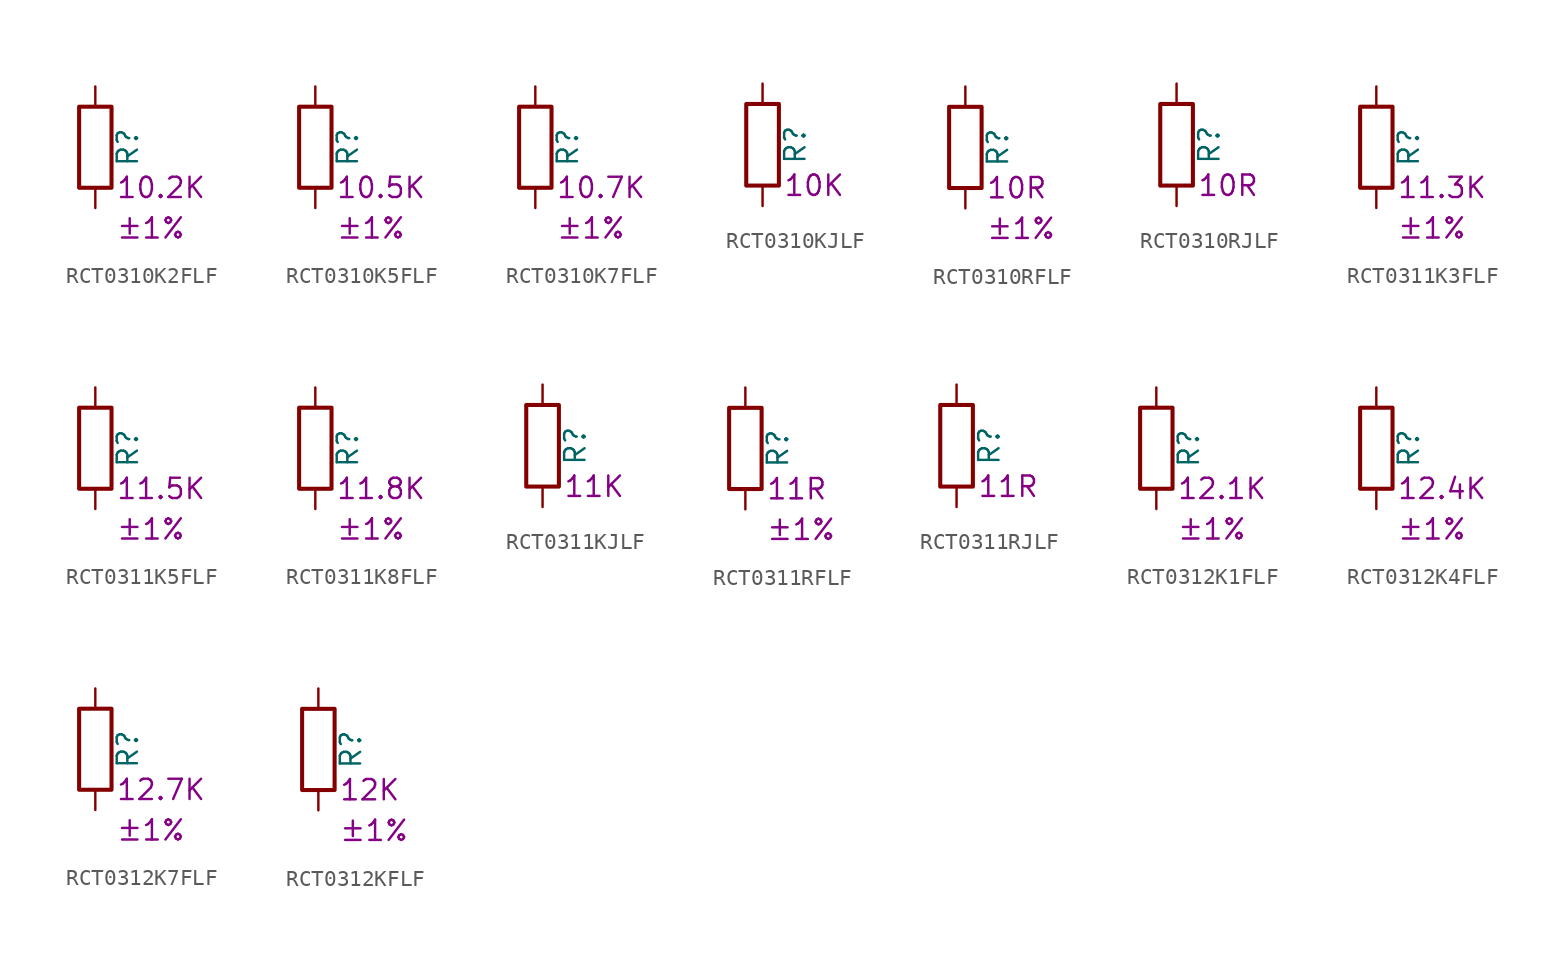
<source format=kicad_sym>
(kicad_symbol_lib
  (version 20220914)
  (generator kicad_symbol_editor)
  (symbol "RCT0310K2FLF"
    (pin_numbers hide)
    (pin_names
      (offset 0))
    (property "Reference" "R"
      (at 2.032 0 90)
      (effects (font (size 1.27 1.27))))
    (property "Resistance" "10.2K"
      (at 1.27 -2.54 0)
      (effects (font (size 1.27 1.27)) (justify left)))
    (property "Tolerance" "±1%"
      (at 1.27 -5.08 0)
      (effects (font (size 1.27 1.27)) (justify left)))
    (symbol "RCT0310K2FLF_0_1"
      (rectangle (start -1.016 -2.54) (end 1.016 2.54) (stroke (width 0.254) (type default)) (fill (type none))))
    (symbol "RCT0310K2FLF_1_1"
      (pin passive line (at 0 3.81 270) (length 1.27) (name "~" (effects (font (size 1.27 1.27)))) (number "1" (effects (font (size 1.27 1.27)))))
      (pin passive line (at 0 -3.81 90) (length 1.27) (name "~" (effects (font (size 1.27 1.27)))) (number "2" (effects (font (size 1.27 1.27)))))))
  (symbol "RCT0310K5FLF"
    (pin_numbers hide)
    (pin_names
      (offset 0))
    (property "Reference" "R"
      (at 2.032 0 90)
      (effects (font (size 1.27 1.27))))
    (property "Resistance" "10.5K"
      (at 1.27 -2.54 0)
      (effects (font (size 1.27 1.27)) (justify left)))
    (property "Tolerance" "±1%"
      (at 1.27 -5.08 0)
      (effects (font (size 1.27 1.27)) (justify left)))
    (symbol "RCT0310K5FLF_0_1"
      (rectangle (start -1.016 -2.54) (end 1.016 2.54) (stroke (width 0.254) (type default)) (fill (type none))))
    (symbol "RCT0310K5FLF_1_1"
      (pin passive line (at 0 3.81 270) (length 1.27) (name "~" (effects (font (size 1.27 1.27)))) (number "1" (effects (font (size 1.27 1.27)))))
      (pin passive line (at 0 -3.81 90) (length 1.27) (name "~" (effects (font (size 1.27 1.27)))) (number "2" (effects (font (size 1.27 1.27)))))))
  (symbol "RCT0310K7FLF"
    (pin_numbers hide)
    (pin_names
      (offset 0))
    (property "Reference" "R"
      (at 2.032 0 90)
      (effects (font (size 1.27 1.27))))
    (property "Resistance" "10.7K"
      (at 1.27 -2.54 0)
      (effects (font (size 1.27 1.27)) (justify left)))
    (property "Tolerance" "±1%"
      (at 1.27 -5.08 0)
      (effects (font (size 1.27 1.27)) (justify left)))
    (symbol "RCT0310K7FLF_0_1"
      (rectangle (start -1.016 -2.54) (end 1.016 2.54) (stroke (width 0.254) (type default)) (fill (type none))))
    (symbol "RCT0310K7FLF_1_1"
      (pin passive line (at 0 3.81 270) (length 1.27) (name "~" (effects (font (size 1.27 1.27)))) (number "1" (effects (font (size 1.27 1.27)))))
      (pin passive line (at 0 -3.81 90) (length 1.27) (name "~" (effects (font (size 1.27 1.27)))) (number "2" (effects (font (size 1.27 1.27)))))))
  (symbol "RCT0310KJLF"
    (pin_numbers hide)
    (pin_names
      (offset 0))
    (property "Reference" "R"
      (at 2.032 0 90)
      (effects (font (size 1.27 1.27))))
    (property "Resistance" "10K"
      (at 1.27 -2.54 0)
      (effects (font (size 1.27 1.27)) (justify left)))
    (symbol "RCT0310KJLF_0_1"
      (rectangle (start -1.016 -2.54) (end 1.016 2.54) (stroke (width 0.254) (type default)) (fill (type none))))
    (symbol "RCT0310KJLF_1_1"
      (pin passive line (at 0 3.81 270) (length 1.27) (name "~" (effects (font (size 1.27 1.27)))) (number "1" (effects (font (size 1.27 1.27)))))
      (pin passive line (at 0 -3.81 90) (length 1.27) (name "~" (effects (font (size 1.27 1.27)))) (number "2" (effects (font (size 1.27 1.27)))))))
  (symbol "RCT0310RFLF"
    (pin_numbers hide)
    (pin_names
      (offset 0))
    (property "Reference" "R"
      (at 2.032 0 90)
      (effects (font (size 1.27 1.27))))
    (property "Resistance" "10R"
      (at 1.27 -2.54 0)
      (effects (font (size 1.27 1.27)) (justify left)))
    (property "Tolerance" "±1%"
      (at 1.27 -5.08 0)
      (effects (font (size 1.27 1.27)) (justify left)))
    (symbol "RCT0310RFLF_0_1"
      (rectangle (start -1.016 -2.54) (end 1.016 2.54) (stroke (width 0.254) (type default)) (fill (type none))))
    (symbol "RCT0310RFLF_1_1"
      (pin passive line (at 0 3.81 270) (length 1.27) (name "~" (effects (font (size 1.27 1.27)))) (number "1" (effects (font (size 1.27 1.27)))))
      (pin passive line (at 0 -3.81 90) (length 1.27) (name "~" (effects (font (size 1.27 1.27)))) (number "2" (effects (font (size 1.27 1.27)))))))
  (symbol "RCT0310RJLF"
    (pin_numbers hide)
    (pin_names
      (offset 0))
    (property "Reference" "R"
      (at 2.032 0 90)
      (effects (font (size 1.27 1.27))))
    (property "Resistance" "10R"
      (at 1.27 -2.54 0)
      (effects (font (size 1.27 1.27)) (justify left)))
    (symbol "RCT0310RJLF_0_1"
      (rectangle (start -1.016 -2.54) (end 1.016 2.54) (stroke (width 0.254) (type default)) (fill (type none))))
    (symbol "RCT0310RJLF_1_1"
      (pin passive line (at 0 3.81 270) (length 1.27) (name "~" (effects (font (size 1.27 1.27)))) (number "1" (effects (font (size 1.27 1.27)))))
      (pin passive line (at 0 -3.81 90) (length 1.27) (name "~" (effects (font (size 1.27 1.27)))) (number "2" (effects (font (size 1.27 1.27)))))))
  (symbol "RCT0311K3FLF"
    (pin_numbers hide)
    (pin_names
      (offset 0))
    (property "Reference" "R"
      (at 2.032 0 90)
      (effects (font (size 1.27 1.27))))
    (property "Resistance" "11.3K"
      (at 1.27 -2.54 0)
      (effects (font (size 1.27 1.27)) (justify left)))
    (property "Tolerance" "±1%"
      (at 1.27 -5.08 0)
      (effects (font (size 1.27 1.27)) (justify left)))
    (symbol "RCT0311K3FLF_0_1"
      (rectangle (start -1.016 -2.54) (end 1.016 2.54) (stroke (width 0.254) (type default)) (fill (type none))))
    (symbol "RCT0311K3FLF_1_1"
      (pin passive line (at 0 3.81 270) (length 1.27) (name "~" (effects (font (size 1.27 1.27)))) (number "1" (effects (font (size 1.27 1.27)))))
      (pin passive line (at 0 -3.81 90) (length 1.27) (name "~" (effects (font (size 1.27 1.27)))) (number "2" (effects (font (size 1.27 1.27)))))))
  (symbol "RCT0311K5FLF"
    (pin_numbers hide)
    (pin_names
      (offset 0))
    (property "Reference" "R"
      (at 2.032 0 90)
      (effects (font (size 1.27 1.27))))
    (property "Resistance" "11.5K"
      (at 1.27 -2.54 0)
      (effects (font (size 1.27 1.27)) (justify left)))
    (property "Tolerance" "±1%"
      (at 1.27 -5.08 0)
      (effects (font (size 1.27 1.27)) (justify left)))
    (symbol "RCT0311K5FLF_0_1"
      (rectangle (start -1.016 -2.54) (end 1.016 2.54) (stroke (width 0.254) (type default)) (fill (type none))))
    (symbol "RCT0311K5FLF_1_1"
      (pin passive line (at 0 3.81 270) (length 1.27) (name "~" (effects (font (size 1.27 1.27)))) (number "1" (effects (font (size 1.27 1.27)))))
      (pin passive line (at 0 -3.81 90) (length 1.27) (name "~" (effects (font (size 1.27 1.27)))) (number "2" (effects (font (size 1.27 1.27)))))))
  (symbol "RCT0311K8FLF"
    (pin_numbers hide)
    (pin_names
      (offset 0))
    (property "Reference" "R"
      (at 2.032 0 90)
      (effects (font (size 1.27 1.27))))
    (property "Resistance" "11.8K"
      (at 1.27 -2.54 0)
      (effects (font (size 1.27 1.27)) (justify left)))
    (property "Tolerance" "±1%"
      (at 1.27 -5.08 0)
      (effects (font (size 1.27 1.27)) (justify left)))
    (symbol "RCT0311K8FLF_0_1"
      (rectangle (start -1.016 -2.54) (end 1.016 2.54) (stroke (width 0.254) (type default)) (fill (type none))))
    (symbol "RCT0311K8FLF_1_1"
      (pin passive line (at 0 3.81 270) (length 1.27) (name "~" (effects (font (size 1.27 1.27)))) (number "1" (effects (font (size 1.27 1.27)))))
      (pin passive line (at 0 -3.81 90) (length 1.27) (name "~" (effects (font (size 1.27 1.27)))) (number "2" (effects (font (size 1.27 1.27)))))))
  (symbol "RCT0311KJLF"
    (pin_numbers hide)
    (pin_names
      (offset 0))
    (property "Reference" "R"
      (at 2.032 0 90)
      (effects (font (size 1.27 1.27))))
    (property "Resistance" "11K"
      (at 1.27 -2.54 0)
      (effects (font (size 1.27 1.27)) (justify left)))
    (symbol "RCT0311KJLF_0_1"
      (rectangle (start -1.016 -2.54) (end 1.016 2.54) (stroke (width 0.254) (type default)) (fill (type none))))
    (symbol "RCT0311KJLF_1_1"
      (pin passive line (at 0 3.81 270) (length 1.27) (name "~" (effects (font (size 1.27 1.27)))) (number "1" (effects (font (size 1.27 1.27)))))
      (pin passive line (at 0 -3.81 90) (length 1.27) (name "~" (effects (font (size 1.27 1.27)))) (number "2" (effects (font (size 1.27 1.27)))))))
  (symbol "RCT0311RFLF"
    (pin_numbers hide)
    (pin_names
      (offset 0))
    (property "Reference" "R"
      (at 2.032 0 90)
      (effects (font (size 1.27 1.27))))
    (property "Resistance" "11R"
      (at 1.27 -2.54 0)
      (effects (font (size 1.27 1.27)) (justify left)))
    (property "Tolerance" "±1%"
      (at 1.27 -5.08 0)
      (effects (font (size 1.27 1.27)) (justify left)))
    (symbol "RCT0311RFLF_0_1"
      (rectangle (start -1.016 -2.54) (end 1.016 2.54) (stroke (width 0.254) (type default)) (fill (type none))))
    (symbol "RCT0311RFLF_1_1"
      (pin passive line (at 0 3.81 270) (length 1.27) (name "~" (effects (font (size 1.27 1.27)))) (number "1" (effects (font (size 1.27 1.27)))))
      (pin passive line (at 0 -3.81 90) (length 1.27) (name "~" (effects (font (size 1.27 1.27)))) (number "2" (effects (font (size 1.27 1.27)))))))
  (symbol "RCT0311RJLF"
    (pin_numbers hide)
    (pin_names
      (offset 0))
    (property "Reference" "R"
      (at 2.032 0 90)
      (effects (font (size 1.27 1.27))))
    (property "Resistance" "11R"
      (at 1.27 -2.54 0)
      (effects (font (size 1.27 1.27)) (justify left)))
    (symbol "RCT0311RJLF_0_1"
      (rectangle (start -1.016 -2.54) (end 1.016 2.54) (stroke (width 0.254) (type default)) (fill (type none))))
    (symbol "RCT0311RJLF_1_1"
      (pin passive line (at 0 3.81 270) (length 1.27) (name "~" (effects (font (size 1.27 1.27)))) (number "1" (effects (font (size 1.27 1.27)))))
      (pin passive line (at 0 -3.81 90) (length 1.27) (name "~" (effects (font (size 1.27 1.27)))) (number "2" (effects (font (size 1.27 1.27)))))))
  (symbol "RCT0312K1FLF"
    (pin_numbers hide)
    (pin_names
      (offset 0))
    (property "Reference" "R"
      (at 2.032 0 90)
      (effects (font (size 1.27 1.27))))
    (property "Resistance" "12.1K"
      (at 1.27 -2.54 0)
      (effects (font (size 1.27 1.27)) (justify left)))
    (property "Tolerance" "±1%"
      (at 1.27 -5.08 0)
      (effects (font (size 1.27 1.27)) (justify left)))
    (symbol "RCT0312K1FLF_0_1"
      (rectangle (start -1.016 -2.54) (end 1.016 2.54) (stroke (width 0.254) (type default)) (fill (type none))))
    (symbol "RCT0312K1FLF_1_1"
      (pin passive line (at 0 3.81 270) (length 1.27) (name "~" (effects (font (size 1.27 1.27)))) (number "1" (effects (font (size 1.27 1.27)))))
      (pin passive line (at 0 -3.81 90) (length 1.27) (name "~" (effects (font (size 1.27 1.27)))) (number "2" (effects (font (size 1.27 1.27)))))))
  (symbol "RCT0312K4FLF"
    (pin_numbers hide)
    (pin_names
      (offset 0))
    (property "Reference" "R"
      (at 2.032 0 90)
      (effects (font (size 1.27 1.27))))
    (property "Resistance" "12.4K"
      (at 1.27 -2.54 0)
      (effects (font (size 1.27 1.27)) (justify left)))
    (property "Tolerance" "±1%"
      (at 1.27 -5.08 0)
      (effects (font (size 1.27 1.27)) (justify left)))
    (symbol "RCT0312K4FLF_0_1"
      (rectangle (start -1.016 -2.54) (end 1.016 2.54) (stroke (width 0.254) (type default)) (fill (type none))))
    (symbol "RCT0312K4FLF_1_1"
      (pin passive line (at 0 3.81 270) (length 1.27) (name "~" (effects (font (size 1.27 1.27)))) (number "1" (effects (font (size 1.27 1.27)))))
      (pin passive line (at 0 -3.81 90) (length 1.27) (name "~" (effects (font (size 1.27 1.27)))) (number "2" (effects (font (size 1.27 1.27)))))))
  (symbol "RCT0312K7FLF"
    (pin_numbers hide)
    (pin_names
      (offset 0))
    (property "Reference" "R"
      (at 2.032 0 90)
      (effects (font (size 1.27 1.27))))
    (property "Resistance" "12.7K"
      (at 1.27 -2.54 0)
      (effects (font (size 1.27 1.27)) (justify left)))
    (property "Tolerance" "±1%"
      (at 1.27 -5.08 0)
      (effects (font (size 1.27 1.27)) (justify left)))
    (symbol "RCT0312K7FLF_0_1"
      (rectangle (start -1.016 -2.54) (end 1.016 2.54) (stroke (width 0.254) (type default)) (fill (type none))))
    (symbol "RCT0312K7FLF_1_1"
      (pin passive line (at 0 3.81 270) (length 1.27) (name "~" (effects (font (size 1.27 1.27)))) (number "1" (effects (font (size 1.27 1.27)))))
      (pin passive line (at 0 -3.81 90) (length 1.27) (name "~" (effects (font (size 1.27 1.27)))) (number "2" (effects (font (size 1.27 1.27)))))))
  (symbol "RCT0312KFLF"
    (pin_numbers hide)
    (pin_names
      (offset 0))
    (property "Reference" "R"
      (at 2.032 0 90)
      (effects (font (size 1.27 1.27))))
    (property "Resistance" "12K"
      (at 1.27 -2.54 0)
      (effects (font (size 1.27 1.27)) (justify left)))
    (property "Tolerance" "±1%"
      (at 1.27 -5.08 0)
      (effects (font (size 1.27 1.27)) (justify left)))
    (symbol "RCT0312KFLF_0_1"
      (rectangle (start -1.016 -2.54) (end 1.016 2.54) (stroke (width 0.254) (type default)) (fill (type none))))
    (symbol "RCT0312KFLF_1_1"
      (pin passive line (at 0 3.81 270) (length 1.27) (name "~" (effects (font (size 1.27 1.27)))) (number "1" (effects (font (size 1.27 1.27)))))
      (pin passive line (at 0 -3.81 90) (length 1.27) (name "~" (effects (font (size 1.27 1.27)))) (number "2" (effects (font (size 1.27 1.27))))))))
</source>
